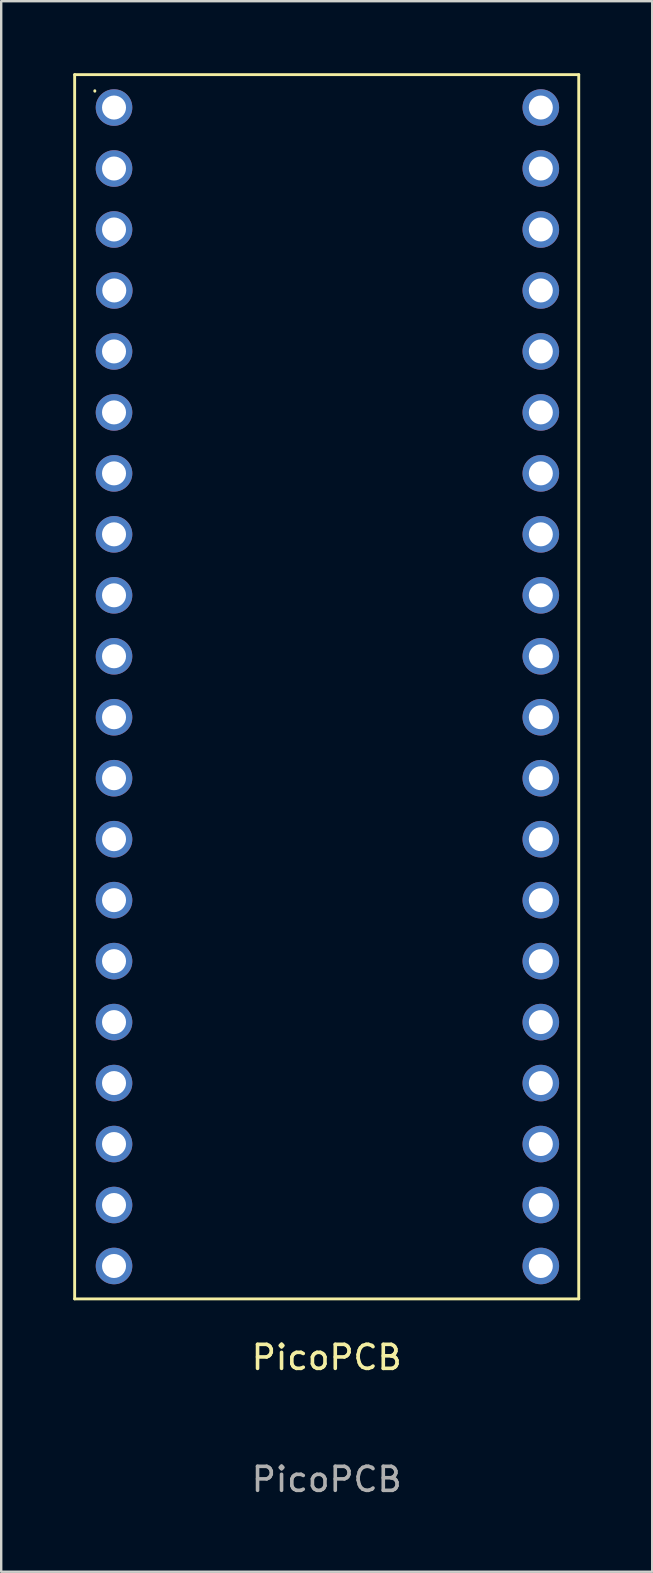
<source format=kicad_pcb>
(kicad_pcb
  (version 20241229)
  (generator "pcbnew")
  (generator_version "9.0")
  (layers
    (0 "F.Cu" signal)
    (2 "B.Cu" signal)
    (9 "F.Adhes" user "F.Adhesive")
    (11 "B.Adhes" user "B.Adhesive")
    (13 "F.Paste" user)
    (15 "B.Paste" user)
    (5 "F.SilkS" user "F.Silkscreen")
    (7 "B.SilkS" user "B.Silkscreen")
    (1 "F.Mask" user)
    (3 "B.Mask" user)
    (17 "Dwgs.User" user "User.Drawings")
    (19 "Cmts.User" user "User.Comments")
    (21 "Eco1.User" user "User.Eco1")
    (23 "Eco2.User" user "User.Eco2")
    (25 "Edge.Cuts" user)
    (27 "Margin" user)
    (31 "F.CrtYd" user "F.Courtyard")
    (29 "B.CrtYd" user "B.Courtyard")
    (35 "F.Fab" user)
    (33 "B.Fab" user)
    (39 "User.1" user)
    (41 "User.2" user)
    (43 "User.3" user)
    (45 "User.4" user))
  (footprint "PicoPCB"
    (layer "F.Cu")
    (at 10.56 25.56)
    (property "Reference" "PicoPCB" (at 0 27.94 0) (unlocked yes) (layer "F.SilkS") (effects (font (size 1 1) (thickness 0.15))))
    (attr through_hole)
    (fp_line (start -10.5 -25.5) (end -10.5 25.5) (stroke (width 0.12) (type solid)) (layer "F.SilkS"))
    (fp_line (start -10.5 -25.5) (end 10.5 -25.5) (stroke (width 0.12) (type solid)) (layer "F.SilkS"))
    (fp_line (start -10.5 25.5) (end 10.5 25.5) (stroke (width 0.12) (type solid)) (layer "F.SilkS"))
    (fp_line (start -9.66 -24.83) (end -9.66 -24.81) (stroke (width 0.12) (type solid)) (layer "F.SilkS"))
    (fp_line (start 10.5 -25.5) (end 10.5 25.5) (stroke (width 0.12) (type solid)) (layer "F.SilkS"))
    (fp_text user "${REFERENCE}" (at 0 33.02 0) (unlocked yes) (layer "F.Fab") (effects (font (size 1 1) (thickness 0.15))))
    (pad "1" thru_hole circle (at -8.86 -24.13) (size 1.524 1.524) (drill 1) (layers "*.Cu" "*.Mask"))
    (pad "2" thru_hole circle (at -8.86 -21.59) (size 1.524 1.524) (drill 1) (layers "*.Cu" "*.Mask"))
    (pad "3" thru_hole circle (at -8.86 -19.05) (size 1.524 1.524) (drill 1) (layers "*.Cu" "*.Mask"))
    (pad "4" thru_hole circle (at -8.85 -16.51) (size 1.524 1.524) (drill 1) (layers "*.Cu" "*.Mask"))
    (pad "5" thru_hole circle (at -8.86 -13.97) (size 1.524 1.524) (drill 1) (layers "*.Cu" "*.Mask"))
    (pad "6" thru_hole circle (at -8.86 -11.43) (size 1.524 1.524) (drill 1) (layers "*.Cu" "*.Mask"))
    (pad "7" thru_hole circle (at -8.86 -8.89) (size 1.524 1.524) (drill 1) (layers "*.Cu" "*.Mask"))
    (pad "8" thru_hole circle (at -8.86 -6.35) (size 1.524 1.524) (drill 1) (layers "*.Cu" "*.Mask"))
    (pad "9" thru_hole circle (at -8.86 -3.81) (size 1.524 1.524) (drill 1) (layers "*.Cu" "*.Mask"))
    (pad "10" thru_hole circle (at -8.86 -1.27) (size 1.524 1.524) (drill 1) (layers "*.Cu" "*.Mask"))
    (pad "11" thru_hole circle (at -8.86 1.27) (size 1.524 1.524) (drill 1) (layers "*.Cu" "*.Mask"))
    (pad "12" thru_hole circle (at -8.86 3.81) (size 1.524 1.524) (drill 1) (layers "*.Cu" "*.Mask"))
    (pad "13" thru_hole circle (at -8.86 6.35) (size 1.524 1.524) (drill 1) (layers "*.Cu" "*.Mask"))
    (pad "14" thru_hole circle (at -8.86 8.89) (size 1.524 1.524) (drill 1) (layers "*.Cu" "*.Mask"))
    (pad "15" thru_hole circle (at -8.86 11.43) (size 1.524 1.524) (drill 1) (layers "*.Cu" "*.Mask"))
    (pad "16" thru_hole circle (at -8.86 13.97) (size 1.524 1.524) (drill 1) (layers "*.Cu" "*.Mask"))
    (pad "17" thru_hole circle (at -8.86 16.51) (size 1.524 1.524) (drill 1) (layers "*.Cu" "*.Mask"))
    (pad "18" thru_hole circle (at -8.86 19.05) (size 1.524 1.524) (drill 1) (layers "*.Cu" "*.Mask"))
    (pad "19" thru_hole circle (at -8.86 21.59) (size 1.524 1.524) (drill 1) (layers "*.Cu" "*.Mask"))
    (pad "20" thru_hole circle (at -8.86 24.13) (size 1.524 1.524) (drill 1) (layers "*.Cu" "*.Mask"))
    (pad "21" thru_hole circle (at 8.92 -24.13) (size 1.524 1.524) (drill 1) (layers "*.Cu" "*.Mask"))
    (pad "22" thru_hole circle (at 8.92 -21.59) (size 1.524 1.524) (drill 1) (layers "*.Cu" "*.Mask"))
    (pad "23" thru_hole circle (at 8.92 -19.05) (size 1.524 1.524) (drill 1) (layers "*.Cu" "*.Mask"))
    (pad "24" thru_hole circle (at 8.92 -16.51) (size 1.524 1.524) (drill 1) (layers "*.Cu" "*.Mask"))
    (pad "25" thru_hole circle (at 8.92 -13.97) (size 1.524 1.524) (drill 1) (layers "*.Cu" "*.Mask"))
    (pad "26" thru_hole circle (at 8.92 -11.43) (size 1.524 1.524) (drill 1) (layers "*.Cu" "*.Mask"))
    (pad "27" thru_hole circle (at 8.92 -8.89) (size 1.524 1.524) (drill 1) (layers "*.Cu" "*.Mask"))
    (pad "28" thru_hole circle (at 8.92 -6.35) (size 1.524 1.524) (drill 1) (layers "*.Cu" "*.Mask"))
    (pad "29" thru_hole circle (at 8.92 -3.81) (size 1.524 1.524) (drill 1) (layers "*.Cu" "*.Mask"))
    (pad "30" thru_hole circle (at 8.92 -1.27) (size 1.524 1.524) (drill 1) (layers "*.Cu" "*.Mask"))
    (pad "31" thru_hole circle (at 8.92 1.27) (size 1.524 1.524) (drill 1) (layers "*.Cu" "*.Mask"))
    (pad "32" thru_hole circle (at 8.92 3.81) (size 1.524 1.524) (drill 1) (layers "*.Cu" "*.Mask"))
    (pad "33" thru_hole circle (at 8.92 6.35) (size 1.524 1.524) (drill 1) (layers "*.Cu" "*.Mask"))
    (pad "34" thru_hole circle (at 8.92 8.89) (size 1.524 1.524) (drill 1) (layers "*.Cu" "*.Mask"))
    (pad "35" thru_hole circle (at 8.92 11.43) (size 1.524 1.524) (drill 1) (layers "*.Cu" "*.Mask"))
    (pad "36" thru_hole circle (at 8.92 13.97) (size 1.524 1.524) (drill 1) (layers "*.Cu" "*.Mask"))
    (pad "37" thru_hole circle (at 8.92 16.51) (size 1.524 1.524) (drill 1) (layers "*.Cu" "*.Mask"))
    (pad "38" thru_hole circle (at 8.92 19.05) (size 1.524 1.524) (drill 1) (layers "*.Cu" "*.Mask"))
    (pad "39" thru_hole circle (at 8.92 21.59) (size 1.524 1.524) (drill 1) (layers "*.Cu" "*.Mask"))
    (pad "40" thru_hole circle (at 8.92 24.13) (size 1.524 1.524) (drill 1) (layers "*.Cu" "*.Mask")))
  (gr_rect
    (start -3 -3)
    (end 24.12 62.428)
    (stroke (width 0.1) (type default))
    (fill no)
    (layer "Edge.Cuts")))
</source>
